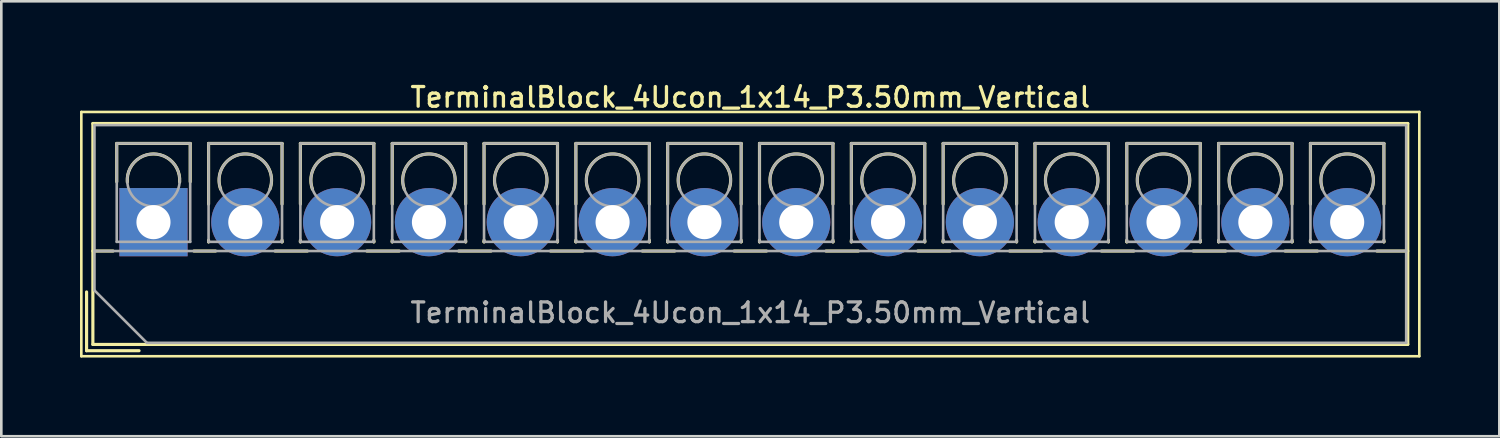
<source format=kicad_pcb>
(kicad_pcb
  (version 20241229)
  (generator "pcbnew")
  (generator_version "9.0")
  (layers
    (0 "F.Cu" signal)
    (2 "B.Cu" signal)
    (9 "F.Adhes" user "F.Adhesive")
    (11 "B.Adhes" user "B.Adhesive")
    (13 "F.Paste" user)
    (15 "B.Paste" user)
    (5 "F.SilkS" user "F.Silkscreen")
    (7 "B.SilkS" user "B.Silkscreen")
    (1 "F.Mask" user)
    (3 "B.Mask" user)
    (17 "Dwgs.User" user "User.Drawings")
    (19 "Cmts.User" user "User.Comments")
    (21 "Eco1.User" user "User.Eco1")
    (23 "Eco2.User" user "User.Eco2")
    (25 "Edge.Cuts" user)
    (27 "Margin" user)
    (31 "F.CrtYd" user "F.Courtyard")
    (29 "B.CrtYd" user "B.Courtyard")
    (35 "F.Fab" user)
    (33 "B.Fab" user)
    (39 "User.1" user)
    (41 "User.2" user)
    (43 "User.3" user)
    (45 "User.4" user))
  (footprint "TerminalBlock_4Ucon_1x14_P3.50mm_Vertical"
    (layer "F.Cu")
    (at 2.8 5.418)
    (property "Reference" "TerminalBlock_4Ucon_1x14_P3.50mm_Vertical" (at 22.75 -4.76 0) (layer "F.SilkS") (effects (font (size 0.75 0.75) (thickness 0.125))))
    (attr through_hole)
    (fp_line (start -2.75 -4.2) (end -2.75 5.11) (stroke (width 0.1) (type solid)) (layer "F.SilkS"))
    (fp_line (start -2.75 5.11) (end 48.25 5.11) (stroke (width 0.1) (type solid)) (layer "F.SilkS"))
    (fp_line (start -2.55 2.66) (end -2.55 4.9) (stroke (width 0.12) (type solid)) (layer "F.SilkS"))
    (fp_line (start -2.55 4.9) (end -0.55 4.9) (stroke (width 0.12) (type solid)) (layer "F.SilkS"))
    (fp_line (start -2.31 -3.76) (end -2.31 4.66) (stroke (width 0.12) (type solid)) (layer "F.SilkS"))
    (fp_line (start -2.31 -3.76) (end 47.81 -3.76) (stroke (width 0.12) (type solid)) (layer "F.SilkS"))
    (fp_line (start -2.31 1.101) (end -1.54 1.101) (stroke (width 0.12) (type solid)) (layer "F.SilkS"))
    (fp_line (start -2.31 4.66) (end 47.81 4.66) (stroke (width 0.12) (type solid)) (layer "F.SilkS"))
    (fp_line (start -1.4 -3) (end -1.4 -1.54) (stroke (width 0.12) (type solid)) (layer "F.SilkS"))
    (fp_line (start -1.4 -3) (end 1.4 -3) (stroke (width 0.12) (type solid)) (layer "F.SilkS"))
    (fp_line (start 1.4 -3) (end 1.4 -1.54) (stroke (width 0.12) (type solid)) (layer "F.SilkS"))
    (fp_line (start 1.54 1.101) (end 2.367 1.101) (stroke (width 0.12) (type solid)) (layer "F.SilkS"))
    (fp_line (start 2.1 -3) (end 2.1 -0.689) (stroke (width 0.12) (type solid)) (layer "F.SilkS"))
    (fp_line (start 2.1 -3) (end 4.9 -3) (stroke (width 0.12) (type solid)) (layer "F.SilkS"))
    (fp_line (start 2.1 0.689) (end 2.1 0.75) (stroke (width 0.12) (type solid)) (layer "F.SilkS"))
    (fp_line (start 2.1 0.75) (end 2.101 0.75) (stroke (width 0.12) (type solid)) (layer "F.SilkS"))
    (fp_line (start 4.634 1.101) (end 5.867 1.101) (stroke (width 0.12) (type solid)) (layer "F.SilkS"))
    (fp_line (start 4.9 -3) (end 4.9 -0.689) (stroke (width 0.12) (type solid)) (layer "F.SilkS"))
    (fp_line (start 4.9 0.689) (end 4.9 0.75) (stroke (width 0.12) (type solid)) (layer "F.SilkS"))
    (fp_line (start 4.9 0.75) (end 4.9 0.75) (stroke (width 0.12) (type solid)) (layer "F.SilkS"))
    (fp_line (start 5.6 -3) (end 5.6 -0.689) (stroke (width 0.12) (type solid)) (layer "F.SilkS"))
    (fp_line (start 5.6 -3) (end 8.4 -3) (stroke (width 0.12) (type solid)) (layer "F.SilkS"))
    (fp_line (start 5.6 0.689) (end 5.6 0.75) (stroke (width 0.12) (type solid)) (layer "F.SilkS"))
    (fp_line (start 5.6 0.75) (end 5.601 0.75) (stroke (width 0.12) (type solid)) (layer "F.SilkS"))
    (fp_line (start 8.134 1.101) (end 9.367 1.101) (stroke (width 0.12) (type solid)) (layer "F.SilkS"))
    (fp_line (start 8.4 -3) (end 8.4 -0.689) (stroke (width 0.12) (type solid)) (layer "F.SilkS"))
    (fp_line (start 8.4 0.689) (end 8.4 0.75) (stroke (width 0.12) (type solid)) (layer "F.SilkS"))
    (fp_line (start 8.4 0.75) (end 8.4 0.75) (stroke (width 0.12) (type solid)) (layer "F.SilkS"))
    (fp_line (start 9.1 -3) (end 9.1 -0.689) (stroke (width 0.12) (type solid)) (layer "F.SilkS"))
    (fp_line (start 9.1 -3) (end 11.9 -3) (stroke (width 0.12) (type solid)) (layer "F.SilkS"))
    (fp_line (start 9.1 0.689) (end 9.1 0.75) (stroke (width 0.12) (type solid)) (layer "F.SilkS"))
    (fp_line (start 9.1 0.75) (end 9.101 0.75) (stroke (width 0.12) (type solid)) (layer "F.SilkS"))
    (fp_line (start 11.634 1.101) (end 12.867 1.101) (stroke (width 0.12) (type solid)) (layer "F.SilkS"))
    (fp_line (start 11.9 -3) (end 11.9 -0.689) (stroke (width 0.12) (type solid)) (layer "F.SilkS"))
    (fp_line (start 11.9 0.689) (end 11.9 0.75) (stroke (width 0.12) (type solid)) (layer "F.SilkS"))
    (fp_line (start 11.9 0.75) (end 11.9 0.75) (stroke (width 0.12) (type solid)) (layer "F.SilkS"))
    (fp_line (start 12.6 -3) (end 12.6 -0.689) (stroke (width 0.12) (type solid)) (layer "F.SilkS"))
    (fp_line (start 12.6 -3) (end 15.4 -3) (stroke (width 0.12) (type solid)) (layer "F.SilkS"))
    (fp_line (start 12.6 0.689) (end 12.6 0.75) (stroke (width 0.12) (type solid)) (layer "F.SilkS"))
    (fp_line (start 12.6 0.75) (end 12.601 0.75) (stroke (width 0.12) (type solid)) (layer "F.SilkS"))
    (fp_line (start 15.134 1.101) (end 16.367 1.101) (stroke (width 0.12) (type solid)) (layer "F.SilkS"))
    (fp_line (start 15.4 -3) (end 15.4 -0.689) (stroke (width 0.12) (type solid)) (layer "F.SilkS"))
    (fp_line (start 15.4 0.689) (end 15.4 0.75) (stroke (width 0.12) (type solid)) (layer "F.SilkS"))
    (fp_line (start 15.4 0.75) (end 15.4 0.75) (stroke (width 0.12) (type solid)) (layer "F.SilkS"))
    (fp_line (start 16.101 -3) (end 16.101 -0.689) (stroke (width 0.12) (type solid)) (layer "F.SilkS"))
    (fp_line (start 16.101 -3) (end 18.9 -3) (stroke (width 0.12) (type solid)) (layer "F.SilkS"))
    (fp_line (start 16.101 0.689) (end 16.101 0.75) (stroke (width 0.12) (type solid)) (layer "F.SilkS"))
    (fp_line (start 16.101 0.75) (end 16.101 0.75) (stroke (width 0.12) (type solid)) (layer "F.SilkS"))
    (fp_line (start 18.634 1.101) (end 19.867 1.101) (stroke (width 0.12) (type solid)) (layer "F.SilkS"))
    (fp_line (start 18.9 -3) (end 18.9 -0.689) (stroke (width 0.12) (type solid)) (layer "F.SilkS"))
    (fp_line (start 18.9 0.689) (end 18.9 0.75) (stroke (width 0.12) (type solid)) (layer "F.SilkS"))
    (fp_line (start 18.9 0.75) (end 18.9 0.75) (stroke (width 0.12) (type solid)) (layer "F.SilkS"))
    (fp_line (start 19.6 -3) (end 19.6 -0.689) (stroke (width 0.12) (type solid)) (layer "F.SilkS"))
    (fp_line (start 19.6 -3) (end 22.4 -3) (stroke (width 0.12) (type solid)) (layer "F.SilkS"))
    (fp_line (start 19.6 0.689) (end 19.6 0.75) (stroke (width 0.12) (type solid)) (layer "F.SilkS"))
    (fp_line (start 19.6 0.75) (end 19.601 0.75) (stroke (width 0.12) (type solid)) (layer "F.SilkS"))
    (fp_line (start 22.134 1.101) (end 23.367 1.101) (stroke (width 0.12) (type solid)) (layer "F.SilkS"))
    (fp_line (start 22.4 -3) (end 22.4 -0.689) (stroke (width 0.12) (type solid)) (layer "F.SilkS"))
    (fp_line (start 22.4 0.689) (end 22.4 0.75) (stroke (width 0.12) (type solid)) (layer "F.SilkS"))
    (fp_line (start 22.4 0.75) (end 22.4 0.75) (stroke (width 0.12) (type solid)) (layer "F.SilkS"))
    (fp_line (start 23.1 -3) (end 23.1 -0.689) (stroke (width 0.12) (type solid)) (layer "F.SilkS"))
    (fp_line (start 23.1 -3) (end 25.9 -3) (stroke (width 0.12) (type solid)) (layer "F.SilkS"))
    (fp_line (start 23.1 0.689) (end 23.1 0.75) (stroke (width 0.12) (type solid)) (layer "F.SilkS"))
    (fp_line (start 23.1 0.75) (end 23.101 0.75) (stroke (width 0.12) (type solid)) (layer "F.SilkS"))
    (fp_line (start 25.634 1.101) (end 26.867 1.101) (stroke (width 0.12) (type solid)) (layer "F.SilkS"))
    (fp_line (start 25.9 -3) (end 25.9 -0.689) (stroke (width 0.12) (type solid)) (layer "F.SilkS"))
    (fp_line (start 25.9 0.689) (end 25.9 0.75) (stroke (width 0.12) (type solid)) (layer "F.SilkS"))
    (fp_line (start 25.9 0.75) (end 25.9 0.75) (stroke (width 0.12) (type solid)) (layer "F.SilkS"))
    (fp_line (start 26.6 -3) (end 26.6 -0.689) (stroke (width 0.12) (type solid)) (layer "F.SilkS"))
    (fp_line (start 26.6 -3) (end 29.4 -3) (stroke (width 0.12) (type solid)) (layer "F.SilkS"))
    (fp_line (start 26.6 0.689) (end 26.6 0.75) (stroke (width 0.12) (type solid)) (layer "F.SilkS"))
    (fp_line (start 26.6 0.75) (end 26.601 0.75) (stroke (width 0.12) (type solid)) (layer "F.SilkS"))
    (fp_line (start 29.134 1.101) (end 30.367 1.101) (stroke (width 0.12) (type solid)) (layer "F.SilkS"))
    (fp_line (start 29.4 -3) (end 29.4 -0.689) (stroke (width 0.12) (type solid)) (layer "F.SilkS"))
    (fp_line (start 29.4 0.689) (end 29.4 0.75) (stroke (width 0.12) (type solid)) (layer "F.SilkS"))
    (fp_line (start 29.4 0.75) (end 29.4 0.75) (stroke (width 0.12) (type solid)) (layer "F.SilkS"))
    (fp_line (start 30.1 -3) (end 30.1 -0.689) (stroke (width 0.12) (type solid)) (layer "F.SilkS"))
    (fp_line (start 30.1 -3) (end 32.9 -3) (stroke (width 0.12) (type solid)) (layer "F.SilkS"))
    (fp_line (start 30.1 0.689) (end 30.1 0.75) (stroke (width 0.12) (type solid)) (layer "F.SilkS"))
    (fp_line (start 30.1 0.75) (end 30.101 0.75) (stroke (width 0.12) (type solid)) (layer "F.SilkS"))
    (fp_line (start 32.634 1.101) (end 33.867 1.101) (stroke (width 0.12) (type solid)) (layer "F.SilkS"))
    (fp_line (start 32.9 -3) (end 32.9 -0.689) (stroke (width 0.12) (type solid)) (layer "F.SilkS"))
    (fp_line (start 32.9 0.689) (end 32.9 0.75) (stroke (width 0.12) (type solid)) (layer "F.SilkS"))
    (fp_line (start 32.9 0.75) (end 32.9 0.75) (stroke (width 0.12) (type solid)) (layer "F.SilkS"))
    (fp_line (start 33.6 -3) (end 33.6 -0.689) (stroke (width 0.12) (type solid)) (layer "F.SilkS"))
    (fp_line (start 33.6 -3) (end 36.4 -3) (stroke (width 0.12) (type solid)) (layer "F.SilkS"))
    (fp_line (start 33.6 0.689) (end 33.6 0.75) (stroke (width 0.12) (type solid)) (layer "F.SilkS"))
    (fp_line (start 33.6 0.75) (end 33.601 0.75) (stroke (width 0.12) (type solid)) (layer "F.SilkS"))
    (fp_line (start 36.134 1.101) (end 37.367 1.101) (stroke (width 0.12) (type solid)) (layer "F.SilkS"))
    (fp_line (start 36.4 -3) (end 36.4 -0.689) (stroke (width 0.12) (type solid)) (layer "F.SilkS"))
    (fp_line (start 36.4 0.689) (end 36.4 0.75) (stroke (width 0.12) (type solid)) (layer "F.SilkS"))
    (fp_line (start 36.4 0.75) (end 36.4 0.75) (stroke (width 0.12) (type solid)) (layer "F.SilkS"))
    (fp_line (start 37.1 -3) (end 37.1 -0.689) (stroke (width 0.12) (type solid)) (layer "F.SilkS"))
    (fp_line (start 37.1 -3) (end 39.9 -3) (stroke (width 0.12) (type solid)) (layer "F.SilkS"))
    (fp_line (start 37.1 0.689) (end 37.1 0.75) (stroke (width 0.12) (type solid)) (layer "F.SilkS"))
    (fp_line (start 37.1 0.75) (end 37.101 0.75) (stroke (width 0.12) (type solid)) (layer "F.SilkS"))
    (fp_line (start 39.634 1.101) (end 40.867 1.101) (stroke (width 0.12) (type solid)) (layer "F.SilkS"))
    (fp_line (start 39.9 -3) (end 39.9 -0.689) (stroke (width 0.12) (type solid)) (layer "F.SilkS"))
    (fp_line (start 39.9 0.689) (end 39.9 0.75) (stroke (width 0.12) (type solid)) (layer "F.SilkS"))
    (fp_line (start 39.9 0.75) (end 39.9 0.75) (stroke (width 0.12) (type solid)) (layer "F.SilkS"))
    (fp_line (start 40.6 -3) (end 40.6 -0.689) (stroke (width 0.12) (type solid)) (layer "F.SilkS"))
    (fp_line (start 40.6 -3) (end 43.4 -3) (stroke (width 0.12) (type solid)) (layer "F.SilkS"))
    (fp_line (start 40.6 0.689) (end 40.6 0.75) (stroke (width 0.12) (type solid)) (layer "F.SilkS"))
    (fp_line (start 40.6 0.75) (end 40.601 0.75) (stroke (width 0.12) (type solid)) (layer "F.SilkS"))
    (fp_line (start 43.134 1.101) (end 44.367 1.101) (stroke (width 0.12) (type solid)) (layer "F.SilkS"))
    (fp_line (start 43.4 -3) (end 43.4 -0.689) (stroke (width 0.12) (type solid)) (layer "F.SilkS"))
    (fp_line (start 43.4 0.689) (end 43.4 0.75) (stroke (width 0.12) (type solid)) (layer "F.SilkS"))
    (fp_line (start 43.4 0.75) (end 43.4 0.75) (stroke (width 0.12) (type solid)) (layer "F.SilkS"))
    (fp_line (start 44.1 -3) (end 44.1 -0.689) (stroke (width 0.12) (type solid)) (layer "F.SilkS"))
    (fp_line (start 44.1 -3) (end 46.9 -3) (stroke (width 0.12) (type solid)) (layer "F.SilkS"))
    (fp_line (start 44.1 0.689) (end 44.1 0.75) (stroke (width 0.12) (type solid)) (layer "F.SilkS"))
    (fp_line (start 44.1 0.75) (end 44.101 0.75) (stroke (width 0.12) (type solid)) (layer "F.SilkS"))
    (fp_line (start 46.634 1.101) (end 47.81 1.101) (stroke (width 0.12) (type solid)) (layer "F.SilkS"))
    (fp_line (start 46.9 -3) (end 46.9 -0.689) (stroke (width 0.12) (type solid)) (layer "F.SilkS"))
    (fp_line (start 46.9 0.689) (end 46.9 0.75) (stroke (width 0.12) (type solid)) (layer "F.SilkS"))
    (fp_line (start 46.9 0.75) (end 46.9 0.75) (stroke (width 0.12) (type solid)) (layer "F.SilkS"))
    (fp_line (start 47.81 -3.76) (end 47.81 4.66) (stroke (width 0.12) (type solid)) (layer "F.SilkS"))
    (fp_line (start 48.25 -4.2) (end -2.75 -4.2) (stroke (width 0.1) (type solid)) (layer "F.SilkS"))
    (fp_line (start 48.25 5.11) (end 48.25 -4.2) (stroke (width 0.1) (type solid)) (layer "F.SilkS"))
    (fp_arc (start -0.99789 -1.529434) (mid -0.000785 -2.600382) (end 0.998 -1.531) (stroke (width 0.12) (type solid)) (layer "F.SilkS"))
    (fp_arc (start 2.560085 -1.257767) (mid 3.499876 -2.600282) (end 4.44 -1.258) (stroke (width 0.12) (type solid)) (layer "F.SilkS"))
    (fp_arc (start 6.060085 -1.257767) (mid 6.999876 -2.600282) (end 7.94 -1.258) (stroke (width 0.12) (type solid)) (layer "F.SilkS"))
    (fp_arc (start 9.560085 -1.257767) (mid 10.499876 -2.600282) (end 11.44 -1.258) (stroke (width 0.12) (type solid)) (layer "F.SilkS"))
    (fp_arc (start 13.060085 -1.257767) (mid 13.999876 -2.600282) (end 14.94 -1.258) (stroke (width 0.12) (type solid)) (layer "F.SilkS"))
    (fp_arc (start 16.560085 -1.257767) (mid 17.499876 -2.600282) (end 18.44 -1.258) (stroke (width 0.12) (type solid)) (layer "F.SilkS"))
    (fp_arc (start 20.060085 -1.257767) (mid 20.999876 -2.600282) (end 21.94 -1.258) (stroke (width 0.12) (type solid)) (layer "F.SilkS"))
    (fp_arc (start 23.560085 -1.257767) (mid 24.499876 -2.600282) (end 25.44 -1.258) (stroke (width 0.12) (type solid)) (layer "F.SilkS"))
    (fp_arc (start 27.060085 -1.257767) (mid 27.999876 -2.600282) (end 28.94 -1.258) (stroke (width 0.12) (type solid)) (layer "F.SilkS"))
    (fp_arc (start 30.560085 -1.257767) (mid 31.499876 -2.600282) (end 32.44 -1.258) (stroke (width 0.12) (type solid)) (layer "F.SilkS"))
    (fp_arc (start 34.060085 -1.257767) (mid 34.999876 -2.600282) (end 35.94 -1.258) (stroke (width 0.12) (type solid)) (layer "F.SilkS"))
    (fp_arc (start 37.560085 -1.257767) (mid 38.499876 -2.600282) (end 39.44 -1.258) (stroke (width 0.12) (type solid)) (layer "F.SilkS"))
    (fp_arc (start 41.060085 -1.257767) (mid 41.999876 -2.600282) (end 42.94 -1.258) (stroke (width 0.12) (type solid)) (layer "F.SilkS"))
    (fp_arc (start 44.560085 -1.257767) (mid 45.499876 -2.600282) (end 46.44 -1.258) (stroke (width 0.12) (type solid)) (layer "F.SilkS"))
    (fp_line (start -2.25 -3.7) (end 47.75 -3.7) (stroke (width 0.1) (type solid)) (layer "F.Fab"))
    (fp_line (start -2.25 1.1) (end 47.75 1.1) (stroke (width 0.1) (type solid)) (layer "F.Fab"))
    (fp_line (start -2.25 2.6) (end -2.25 -3.7) (stroke (width 0.1) (type solid)) (layer "F.Fab"))
    (fp_line (start -1.4 -3) (end -1.4 0.75) (stroke (width 0.1) (type solid)) (layer "F.Fab"))
    (fp_line (start -1.4 0.75) (end 1.4 0.75) (stroke (width 0.1) (type solid)) (layer "F.Fab"))
    (fp_line (start -0.25 4.6) (end -2.25 2.6) (stroke (width 0.1) (type solid)) (layer "F.Fab"))
    (fp_line (start 1.4 -3) (end -1.4 -3) (stroke (width 0.1) (type solid)) (layer "F.Fab"))
    (fp_line (start 1.4 0.75) (end 1.4 -3) (stroke (width 0.1) (type solid)) (layer "F.Fab"))
    (fp_line (start 2.1 -3) (end 2.1 0.75) (stroke (width 0.1) (type solid)) (layer "F.Fab"))
    (fp_line (start 2.1 0.75) (end 4.9 0.75) (stroke (width 0.1) (type solid)) (layer "F.Fab"))
    (fp_line (start 4.9 -3) (end 2.1 -3) (stroke (width 0.1) (type solid)) (layer "F.Fab"))
    (fp_line (start 4.9 0.75) (end 4.9 -3) (stroke (width 0.1) (type solid)) (layer "F.Fab"))
    (fp_line (start 5.6 -3) (end 5.6 0.75) (stroke (width 0.1) (type solid)) (layer "F.Fab"))
    (fp_line (start 5.6 0.75) (end 8.4 0.75) (stroke (width 0.1) (type solid)) (layer "F.Fab"))
    (fp_line (start 8.4 -3) (end 5.6 -3) (stroke (width 0.1) (type solid)) (layer "F.Fab"))
    (fp_line (start 8.4 0.75) (end 8.4 -3) (stroke (width 0.1) (type solid)) (layer "F.Fab"))
    (fp_line (start 9.1 -3) (end 9.1 0.75) (stroke (width 0.1) (type solid)) (layer "F.Fab"))
    (fp_line (start 9.1 0.75) (end 11.9 0.75) (stroke (width 0.1) (type solid)) (layer "F.Fab"))
    (fp_line (start 11.9 -3) (end 9.1 -3) (stroke (width 0.1) (type solid)) (layer "F.Fab"))
    (fp_line (start 11.9 0.75) (end 11.9 -3) (stroke (width 0.1) (type solid)) (layer "F.Fab"))
    (fp_line (start 12.6 -3) (end 12.6 0.75) (stroke (width 0.1) (type solid)) (layer "F.Fab"))
    (fp_line (start 12.6 0.75) (end 15.4 0.75) (stroke (width 0.1) (type solid)) (layer "F.Fab"))
    (fp_line (start 15.4 -3) (end 12.6 -3) (stroke (width 0.1) (type solid)) (layer "F.Fab"))
    (fp_line (start 15.4 0.75) (end 15.4 -3) (stroke (width 0.1) (type solid)) (layer "F.Fab"))
    (fp_line (start 16.101 -3) (end 16.101 0.75) (stroke (width 0.1) (type solid)) (layer "F.Fab"))
    (fp_line (start 16.101 0.75) (end 18.9 0.75) (stroke (width 0.1) (type solid)) (layer "F.Fab"))
    (fp_line (start 18.9 -3) (end 16.101 -3) (stroke (width 0.1) (type solid)) (layer "F.Fab"))
    (fp_line (start 18.9 0.75) (end 18.9 -3) (stroke (width 0.1) (type solid)) (layer "F.Fab"))
    (fp_line (start 19.6 -3) (end 19.6 0.75) (stroke (width 0.1) (type solid)) (layer "F.Fab"))
    (fp_line (start 19.6 0.75) (end 22.4 0.75) (stroke (width 0.1) (type solid)) (layer "F.Fab"))
    (fp_line (start 22.4 -3) (end 19.6 -3) (stroke (width 0.1) (type solid)) (layer "F.Fab"))
    (fp_line (start 22.4 0.75) (end 22.4 -3) (stroke (width 0.1) (type solid)) (layer "F.Fab"))
    (fp_line (start 23.1 -3) (end 23.1 0.75) (stroke (width 0.1) (type solid)) (layer "F.Fab"))
    (fp_line (start 23.1 0.75) (end 25.9 0.75) (stroke (width 0.1) (type solid)) (layer "F.Fab"))
    (fp_line (start 25.9 -3) (end 23.1 -3) (stroke (width 0.1) (type solid)) (layer "F.Fab"))
    (fp_line (start 25.9 0.75) (end 25.9 -3) (stroke (width 0.1) (type solid)) (layer "F.Fab"))
    (fp_line (start 26.6 -3) (end 26.6 0.75) (stroke (width 0.1) (type solid)) (layer "F.Fab"))
    (fp_line (start 26.6 0.75) (end 29.4 0.75) (stroke (width 0.1) (type solid)) (layer "F.Fab"))
    (fp_line (start 29.4 -3) (end 26.6 -3) (stroke (width 0.1) (type solid)) (layer "F.Fab"))
    (fp_line (start 29.4 0.75) (end 29.4 -3) (stroke (width 0.1) (type solid)) (layer "F.Fab"))
    (fp_line (start 30.1 -3) (end 30.1 0.75) (stroke (width 0.1) (type solid)) (layer "F.Fab"))
    (fp_line (start 30.1 0.75) (end 32.9 0.75) (stroke (width 0.1) (type solid)) (layer "F.Fab"))
    (fp_line (start 32.9 -3) (end 30.1 -3) (stroke (width 0.1) (type solid)) (layer "F.Fab"))
    (fp_line (start 32.9 0.75) (end 32.9 -3) (stroke (width 0.1) (type solid)) (layer "F.Fab"))
    (fp_line (start 33.6 -3) (end 33.6 0.75) (stroke (width 0.1) (type solid)) (layer "F.Fab"))
    (fp_line (start 33.6 0.75) (end 36.4 0.75) (stroke (width 0.1) (type solid)) (layer "F.Fab"))
    (fp_line (start 36.4 -3) (end 33.6 -3) (stroke (width 0.1) (type solid)) (layer "F.Fab"))
    (fp_line (start 36.4 0.75) (end 36.4 -3) (stroke (width 0.1) (type solid)) (layer "F.Fab"))
    (fp_line (start 37.1 -3) (end 37.1 0.75) (stroke (width 0.1) (type solid)) (layer "F.Fab"))
    (fp_line (start 37.1 0.75) (end 39.9 0.75) (stroke (width 0.1) (type solid)) (layer "F.Fab"))
    (fp_line (start 39.9 -3) (end 37.1 -3) (stroke (width 0.1) (type solid)) (layer "F.Fab"))
    (fp_line (start 39.9 0.75) (end 39.9 -3) (stroke (width 0.1) (type solid)) (layer "F.Fab"))
    (fp_line (start 40.6 -3) (end 40.6 0.75) (stroke (width 0.1) (type solid)) (layer "F.Fab"))
    (fp_line (start 40.6 0.75) (end 43.4 0.75) (stroke (width 0.1) (type solid)) (layer "F.Fab"))
    (fp_line (start 43.4 -3) (end 40.6 -3) (stroke (width 0.1) (type solid)) (layer "F.Fab"))
    (fp_line (start 43.4 0.75) (end 43.4 -3) (stroke (width 0.1) (type solid)) (layer "F.Fab"))
    (fp_line (start 44.1 -3) (end 44.1 0.75) (stroke (width 0.1) (type solid)) (layer "F.Fab"))
    (fp_line (start 44.1 0.75) (end 46.9 0.75) (stroke (width 0.1) (type solid)) (layer "F.Fab"))
    (fp_line (start 46.9 -3) (end 44.1 -3) (stroke (width 0.1) (type solid)) (layer "F.Fab"))
    (fp_line (start 46.9 0.75) (end 46.9 -3) (stroke (width 0.1) (type solid)) (layer "F.Fab"))
    (fp_line (start 47.75 -3.7) (end 47.75 4.6) (stroke (width 0.1) (type solid)) (layer "F.Fab"))
    (fp_line (start 47.75 4.6) (end -0.25 4.6) (stroke (width 0.1) (type solid)) (layer "F.Fab"))
    (fp_circle (center 0 -1.6) (end 1 -1.6) (stroke (width 0.1) (type solid)) (fill no) (layer "F.Fab"))
    (fp_circle (center 3.5 -1.6) (end 4.5 -1.6) (stroke (width 0.1) (type solid)) (fill no) (layer "F.Fab"))
    (fp_circle (center 7 -1.6) (end 8 -1.6) (stroke (width 0.1) (type solid)) (fill no) (layer "F.Fab"))
    (fp_circle (center 10.5 -1.6) (end 11.5 -1.6) (stroke (width 0.1) (type solid)) (fill no) (layer "F.Fab"))
    (fp_circle (center 14 -1.6) (end 15 -1.6) (stroke (width 0.1) (type solid)) (fill no) (layer "F.Fab"))
    (fp_circle (center 17.5 -1.6) (end 18.5 -1.6) (stroke (width 0.1) (type solid)) (fill no) (layer "F.Fab"))
    (fp_circle (center 21 -1.6) (end 22 -1.6) (stroke (width 0.1) (type solid)) (fill no) (layer "F.Fab"))
    (fp_circle (center 24.5 -1.6) (end 25.5 -1.6) (stroke (width 0.1) (type solid)) (fill no) (layer "F.Fab"))
    (fp_circle (center 28 -1.6) (end 29 -1.6) (stroke (width 0.1) (type solid)) (fill no) (layer "F.Fab"))
    (fp_circle (center 31.5 -1.6) (end 32.5 -1.6) (stroke (width 0.1) (type solid)) (fill no) (layer "F.Fab"))
    (fp_circle (center 35 -1.6) (end 36 -1.6) (stroke (width 0.1) (type solid)) (fill no) (layer "F.Fab"))
    (fp_circle (center 38.5 -1.6) (end 39.5 -1.6) (stroke (width 0.1) (type solid)) (fill no) (layer "F.Fab"))
    (fp_circle (center 42 -1.6) (end 43 -1.6) (stroke (width 0.1) (type solid)) (fill no) (layer "F.Fab"))
    (fp_circle (center 45.5 -1.6) (end 46.5 -1.6) (stroke (width 0.1) (type solid)) (fill no) (layer "F.Fab"))
    (fp_text user "${REFERENCE}" (at 22.75 3.45 0) (layer "F.Fab") (effects (font (size 0.75 0.75) (thickness 0.125))))
    (pad "1" thru_hole rect (at 0 0) (size 2.6 2.6) (drill 1.3) (layers "*.Cu" "*.Mask"))
    (pad "2" thru_hole circle (at 3.5 0) (size 2.6 2.6) (drill 1.3) (layers "*.Cu" "*.Mask"))
    (pad "3" thru_hole circle (at 7 0) (size 2.6 2.6) (drill 1.3) (layers "*.Cu" "*.Mask"))
    (pad "4" thru_hole circle (at 10.5 0) (size 2.6 2.6) (drill 1.3) (layers "*.Cu" "*.Mask"))
    (pad "5" thru_hole circle (at 14 0) (size 2.6 2.6) (drill 1.3) (layers "*.Cu" "*.Mask"))
    (pad "6" thru_hole circle (at 17.5 0) (size 2.6 2.6) (drill 1.3) (layers "*.Cu" "*.Mask"))
    (pad "7" thru_hole circle (at 21 0) (size 2.6 2.6) (drill 1.3) (layers "*.Cu" "*.Mask"))
    (pad "8" thru_hole circle (at 24.5 0) (size 2.6 2.6) (drill 1.3) (layers "*.Cu" "*.Mask"))
    (pad "9" thru_hole circle (at 28 0) (size 2.6 2.6) (drill 1.3) (layers "*.Cu" "*.Mask"))
    (pad "10" thru_hole circle (at 31.5 0) (size 2.6 2.6) (drill 1.3) (layers "*.Cu" "*.Mask"))
    (pad "11" thru_hole circle (at 35 0) (size 2.6 2.6) (drill 1.3) (layers "*.Cu" "*.Mask"))
    (pad "12" thru_hole circle (at 38.5 0) (size 2.6 2.6) (drill 1.3) (layers "*.Cu" "*.Mask"))
    (pad "13" thru_hole circle (at 42 0) (size 2.6 2.6) (drill 1.3) (layers "*.Cu" "*.Mask"))
    (pad "14" thru_hole circle (at 45.5 0) (size 2.6 2.6) (drill 1.3) (layers "*.Cu" "*.Mask")))
  (gr_rect
    (start -3 -3)
    (end 54.1 13.578)
    (stroke (width 0.1) (type default))
    (fill no)
    (layer "Edge.Cuts")))
</source>
